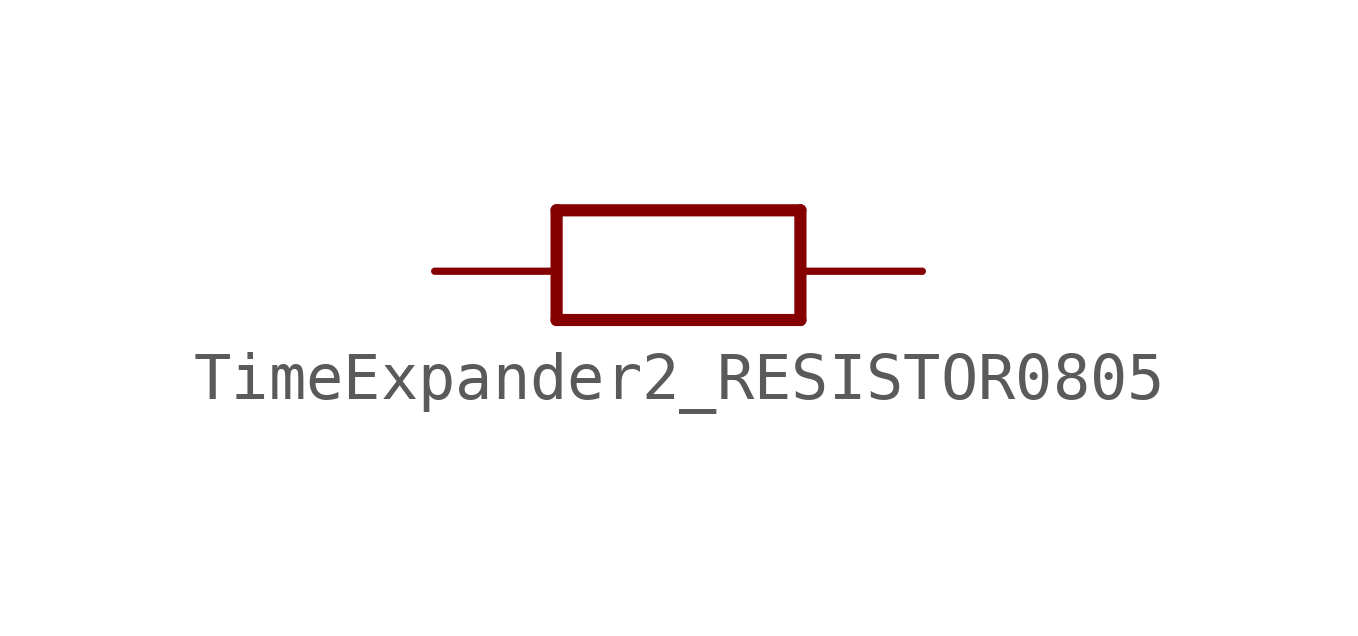
<source format=kicad_sym>
(kicad_symbol_lib
  (version 20231120)
  (generator "kicad_symbol_editor")
  (generator_version "8.0")
  (symbol "TimeExpander2_RESISTOR0805"
    (property "Reference" ""
      (at 4.064 1.905 0)
      (effects (font (size 1.27 1.079)) (justify left bottom) (hide yes)))
    (property "Value" ""
      (at 4.064 -0.381 0)
      (effects (font (size 1.27 1.079)) (justify left bottom)))
    (property "ki_locked" ""
      (at 0 0 0)
      (effects (font (size 1.27 1.27))))
    (symbol "TimeExpander2_RESISTOR0805_1_0"
      (polyline (pts (xy 2.54 -1.016) (xy 7.62 -1.016)) (stroke (width 0.254) (type solid)) (fill (type none)))
      (polyline (pts (xy 2.54 1.27) (xy 2.54 -1.016)) (stroke (width 0.254) (type solid)) (fill (type none)))
      (polyline (pts (xy 7.62 -1.016) (xy 7.62 1.27)) (stroke (width 0.254) (type solid)) (fill (type none)))
      (polyline (pts (xy 7.62 1.27) (xy 2.54 1.27)) (stroke (width 0.254) (type solid)) (fill (type none)))
      (pin bidirectional line (at 0 0 0) (length 2.54) (name "P$1" (effects (font (size 0 0)))) (number "P$1" (effects (font (size 0 0)))))
      (pin bidirectional line (at 10.16 0 180) (length 2.54) (name "P$2" (effects (font (size 0 0)))) (number "P$2" (effects (font (size 0 0))))))))
</source>
